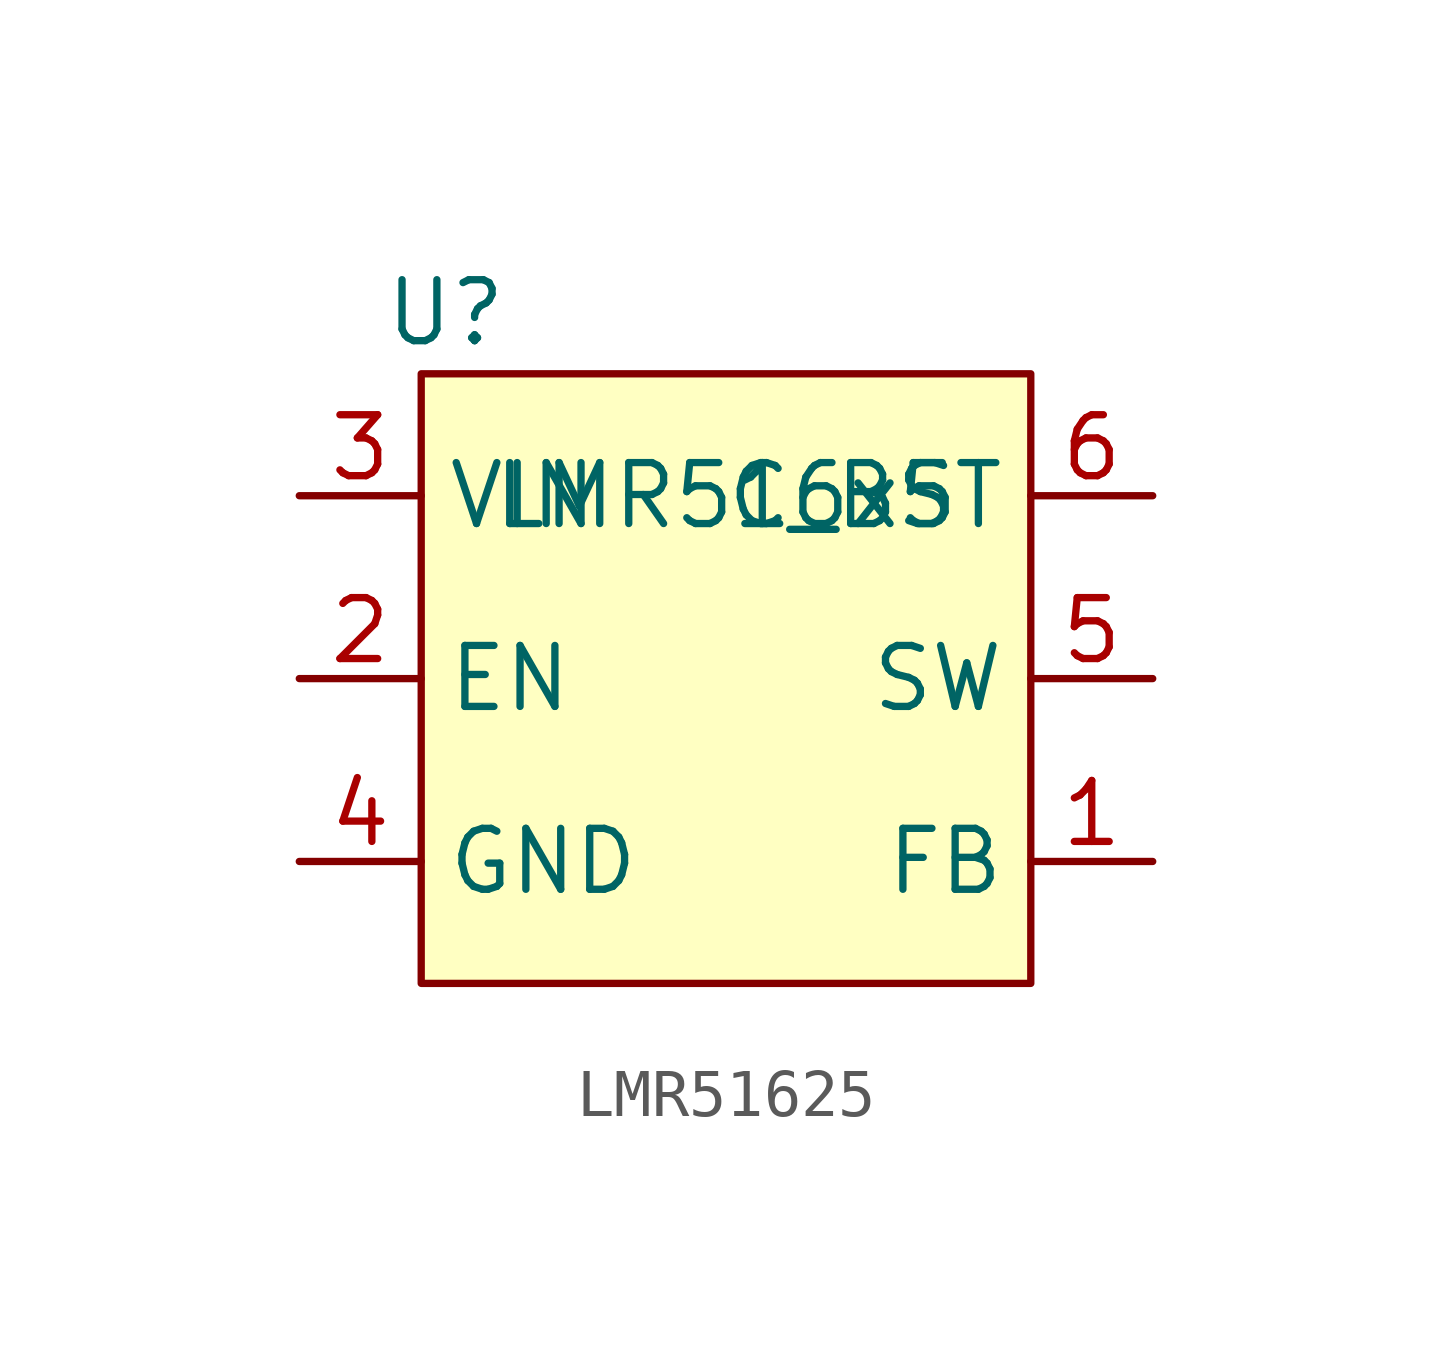
<source format=kicad_sym>
(kicad_symbol_lib
  (version 20241209)
  (generator "kicad_symbol_editor")
  (generator_version "9.0")
  (symbol "LMR51625"
    (property "Reference" "U"
      (at -5.842 3.81 0)
      (effects (font (size 1.27 1.27))))
    (property "Value" "LMR516x5"
      (at 0 0 0)
      (effects (font (size 1.27 1.27))))
    (symbol "LMR51625_1_1"
      (rectangle (start -6.35 2.54) (end 6.35 -10.16) (stroke (width 0) (type solid)) (fill (type background)))
      (pin power_in line (at -8.89 0 0) (length 2.54) (name "VIN" (effects (font (size 1.27 1.27)))) (number "3" (effects (font (size 1.27 1.27)))))
      (pin input line (at -8.89 -3.81 0) (length 2.54) (name "EN" (effects (font (size 1.27 1.27)))) (number "2" (effects (font (size 1.27 1.27)))))
      (pin power_in line (at -8.89 -7.62 0) (length 2.54) (name "GND" (effects (font (size 1.27 1.27)))) (number "4" (effects (font (size 1.27 1.27)))))
      (pin passive line (at 8.89 0 180) (length 2.54) (name "C_BST" (effects (font (size 1.27 1.27)))) (number "6" (effects (font (size 1.27 1.27)))))
      (pin output line (at 8.89 -3.81 180) (length 2.54) (name "SW" (effects (font (size 1.27 1.27)))) (number "5" (effects (font (size 1.27 1.27)))))
      (pin input line (at 8.89 -7.62 180) (length 2.54) (name "FB" (effects (font (size 1.27 1.27)))) (number "1" (effects (font (size 1.27 1.27))))))))
</source>
